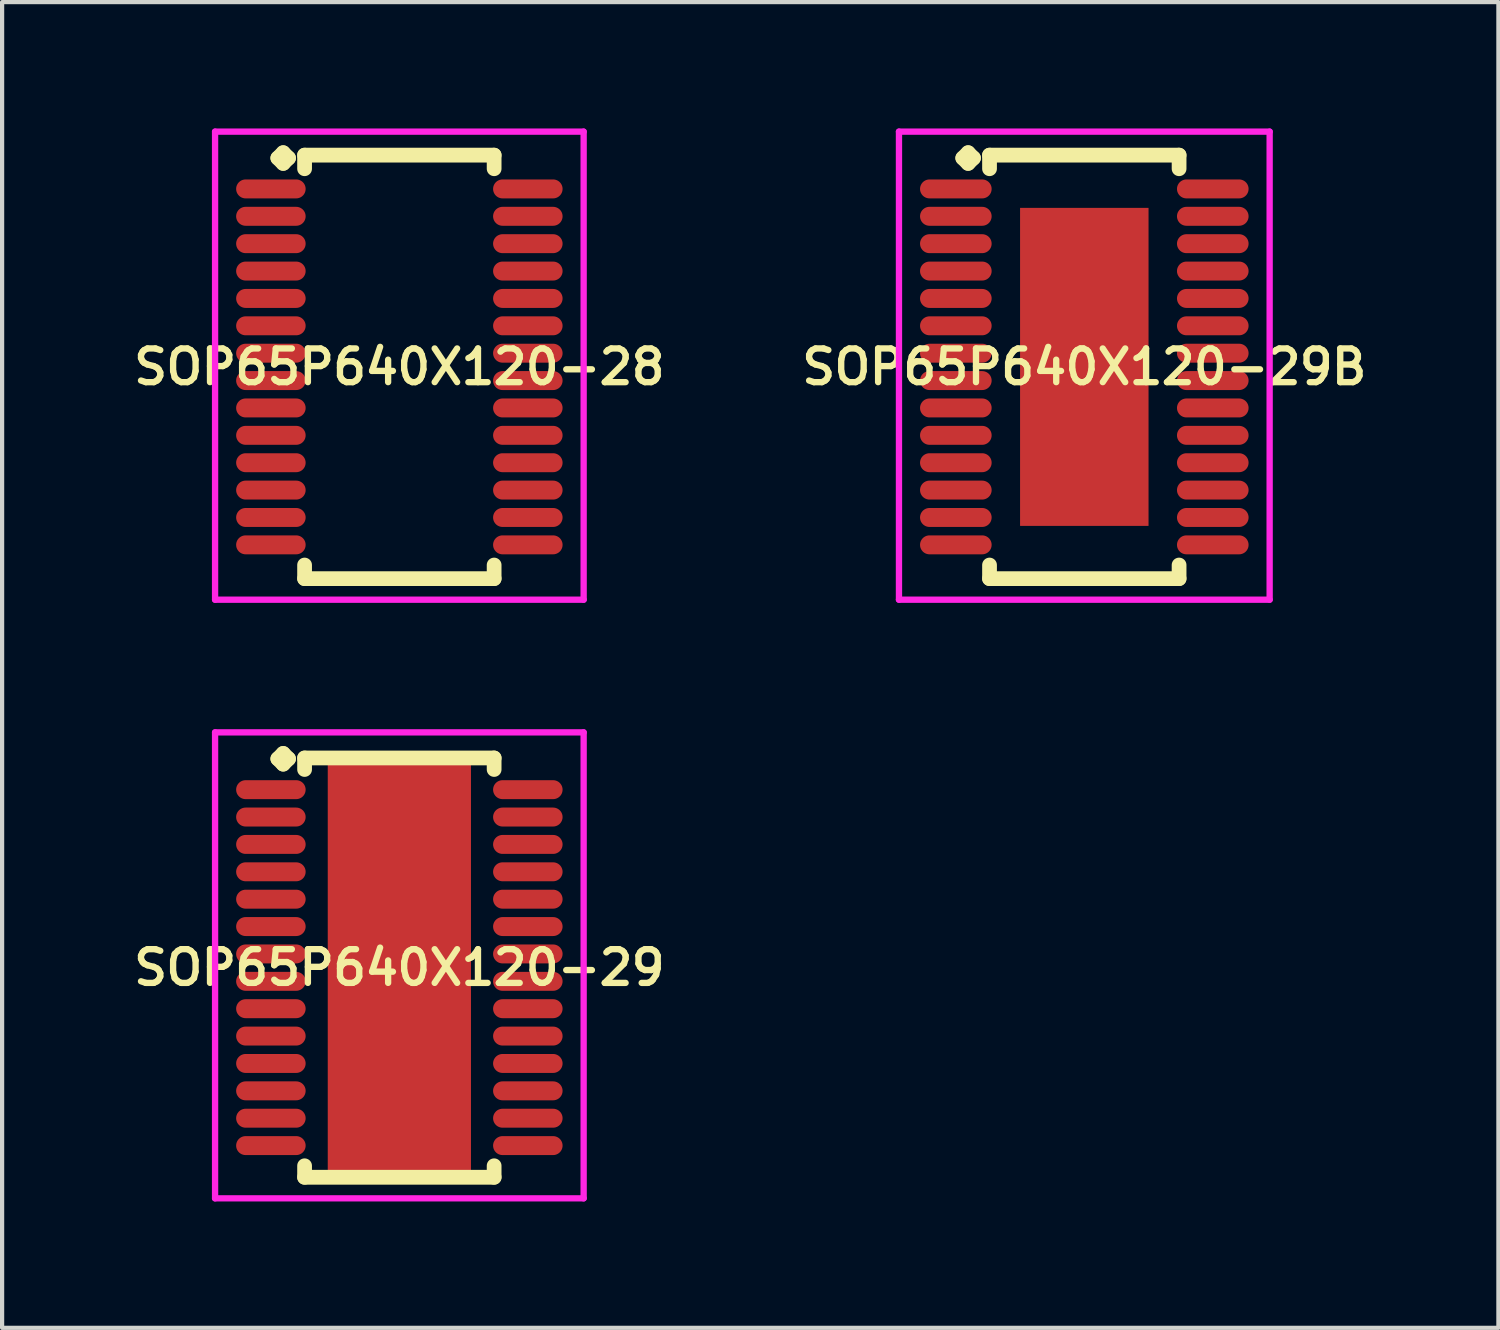
<source format=kicad_pcb>
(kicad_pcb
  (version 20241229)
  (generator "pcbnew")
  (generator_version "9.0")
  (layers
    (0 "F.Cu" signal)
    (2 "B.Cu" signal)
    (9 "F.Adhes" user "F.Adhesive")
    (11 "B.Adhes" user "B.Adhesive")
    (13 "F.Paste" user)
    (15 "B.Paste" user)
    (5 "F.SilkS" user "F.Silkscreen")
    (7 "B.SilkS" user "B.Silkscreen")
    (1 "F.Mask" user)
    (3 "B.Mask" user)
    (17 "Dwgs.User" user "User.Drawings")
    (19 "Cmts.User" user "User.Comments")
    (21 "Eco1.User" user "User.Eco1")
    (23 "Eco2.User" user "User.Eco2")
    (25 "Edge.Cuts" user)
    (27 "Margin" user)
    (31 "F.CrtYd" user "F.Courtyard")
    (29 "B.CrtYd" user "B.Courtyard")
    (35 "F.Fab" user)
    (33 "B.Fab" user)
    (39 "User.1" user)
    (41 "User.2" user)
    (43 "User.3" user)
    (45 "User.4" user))
  (footprint "SOP65P640X120-29"
    (layer "F.Cu")
    (at 6.431 19.922)
    (property "Reference" "SOP65P640X120-29" (at 0 0 0) (layer "F.SilkS") (effects (font (size 0.8 0.8) (thickness 0.15))))
    (attr smd)
    (fp_line (start -2.885 -4.958) (end -2.758 -5.085) (stroke (width 0.35) (type solid)) (layer "F.SilkS"))
    (fp_line (start -2.758 -5.085) (end -2.631 -4.958) (stroke (width 0.35) (type solid)) (layer "F.SilkS"))
    (fp_line (start -2.758 -4.831) (end -2.885 -4.958) (stroke (width 0.35) (type solid)) (layer "F.SilkS"))
    (fp_line (start -2.631 -4.958) (end -2.758 -4.831) (stroke (width 0.35) (type solid)) (layer "F.SilkS"))
    (fp_line (start -2.25 -4.977) (end 2.25 -4.977) (stroke (width 0.35) (type solid)) (layer "F.SilkS"))
    (fp_line (start -2.25 -4.704) (end -2.25 -4.977) (stroke (width 0.35) (type solid)) (layer "F.SilkS"))
    (fp_line (start -2.25 4.704) (end -2.25 4.977) (stroke (width 0.35) (type solid)) (layer "F.SilkS"))
    (fp_line (start -2.25 4.977) (end 2.25 4.977) (stroke (width 0.35) (type solid)) (layer "F.SilkS"))
    (fp_line (start 2.25 -4.977) (end 2.25 -4.704) (stroke (width 0.35) (type solid)) (layer "F.SilkS"))
    (fp_line (start 2.25 4.977) (end 2.25 4.704) (stroke (width 0.35) (type solid)) (layer "F.SilkS"))
    (fp_line (start -4.375 -5.585) (end 4.375 -5.585) (stroke (width 0.15) (type solid)) (layer "F.CrtYd"))
    (fp_line (start -4.375 5.477) (end -4.375 -5.585) (stroke (width 0.15) (type solid)) (layer "F.CrtYd"))
    (fp_line (start 4.375 -5.585) (end 4.375 5.477) (stroke (width 0.15) (type solid)) (layer "F.CrtYd"))
    (fp_line (start 4.375 5.477) (end -4.375 5.477) (stroke (width 0.15) (type solid)) (layer "F.CrtYd"))
    (pad "1" smd oval (at -3.05 -4.225) (size 1.65 0.45) (layers "F.Cu" "F.Mask" "F.Paste"))
    (pad "2" smd oval (at -3.05 -3.575) (size 1.65 0.45) (layers "F.Cu" "F.Mask" "F.Paste"))
    (pad "3" smd oval (at -3.05 -2.925) (size 1.65 0.45) (layers "F.Cu" "F.Mask" "F.Paste"))
    (pad "4" smd oval (at -3.05 -2.275) (size 1.65 0.45) (layers "F.Cu" "F.Mask" "F.Paste"))
    (pad "5" smd oval (at -3.05 -1.625) (size 1.65 0.45) (layers "F.Cu" "F.Mask" "F.Paste"))
    (pad "6" smd oval (at -3.05 -0.975) (size 1.65 0.45) (layers "F.Cu" "F.Mask" "F.Paste"))
    (pad "7" smd oval (at -3.05 -0.325) (size 1.65 0.45) (layers "F.Cu" "F.Mask" "F.Paste"))
    (pad "8" smd oval (at -3.05 0.325) (size 1.65 0.45) (layers "F.Cu" "F.Mask" "F.Paste"))
    (pad "9" smd oval (at -3.05 0.975) (size 1.65 0.45) (layers "F.Cu" "F.Mask" "F.Paste"))
    (pad "10" smd oval (at -3.05 1.625) (size 1.65 0.45) (layers "F.Cu" "F.Mask" "F.Paste"))
    (pad "11" smd oval (at -3.05 2.275) (size 1.65 0.45) (layers "F.Cu" "F.Mask" "F.Paste"))
    (pad "12" smd oval (at -3.05 2.925) (size 1.65 0.45) (layers "F.Cu" "F.Mask" "F.Paste"))
    (pad "13" smd oval (at -3.05 3.575) (size 1.65 0.45) (layers "F.Cu" "F.Mask" "F.Paste"))
    (pad "14" smd oval (at -3.05 4.225) (size 1.65 0.45) (layers "F.Cu" "F.Mask" "F.Paste"))
    (pad "15" smd oval (at 3.05 4.225) (size 1.65 0.45) (layers "F.Cu" "F.Mask" "F.Paste"))
    (pad "16" smd oval (at 3.05 3.575) (size 1.65 0.45) (layers "F.Cu" "F.Mask" "F.Paste"))
    (pad "17" smd oval (at 3.05 2.925) (size 1.65 0.45) (layers "F.Cu" "F.Mask" "F.Paste"))
    (pad "18" smd oval (at 3.05 2.275) (size 1.65 0.45) (layers "F.Cu" "F.Mask" "F.Paste"))
    (pad "19" smd oval (at 3.05 1.625) (size 1.65 0.45) (layers "F.Cu" "F.Mask" "F.Paste"))
    (pad "20" smd oval (at 3.05 0.975) (size 1.65 0.45) (layers "F.Cu" "F.Mask" "F.Paste"))
    (pad "21" smd oval (at 3.05 0.325) (size 1.65 0.45) (layers "F.Cu" "F.Mask" "F.Paste"))
    (pad "22" smd oval (at 3.05 -0.325) (size 1.65 0.45) (layers "F.Cu" "F.Mask" "F.Paste"))
    (pad "23" smd oval (at 3.05 -0.975) (size 1.65 0.45) (layers "F.Cu" "F.Mask" "F.Paste"))
    (pad "24" smd oval (at 3.05 -1.625) (size 1.65 0.45) (layers "F.Cu" "F.Mask" "F.Paste"))
    (pad "25" smd oval (at 3.05 -2.275) (size 1.65 0.45) (layers "F.Cu" "F.Mask" "F.Paste"))
    (pad "26" smd oval (at 3.05 -2.925) (size 1.65 0.45) (layers "F.Cu" "F.Mask" "F.Paste"))
    (pad "27" smd oval (at 3.05 -3.575) (size 1.65 0.45) (layers "F.Cu" "F.Mask" "F.Paste"))
    (pad "28" smd oval (at 3.05 -4.225) (size 1.65 0.45) (layers "F.Cu" "F.Mask" "F.Paste"))
    (pad "29" smd rect (at 0 0) (size 3.4 9.7) (layers "F.Cu" "F.Mask" "F.Paste")))
  (footprint "SOP65P640X120-28"
    (layer "F.Cu")
    (at 6.431 5.66)
    (property "Reference" "SOP65P640X120-28" (at 0 0 0) (layer "F.SilkS") (effects (font (size 0.8 0.8) (thickness 0.15))))
    (attr through_hole)
    (fp_line (start -2.885 -4.958) (end -2.758 -5.085) (stroke (width 0.35) (type solid)) (layer "F.SilkS"))
    (fp_line (start -2.758 -5.085) (end -2.631 -4.958) (stroke (width 0.35) (type solid)) (layer "F.SilkS"))
    (fp_line (start -2.758 -4.831) (end -2.885 -4.958) (stroke (width 0.35) (type solid)) (layer "F.SilkS"))
    (fp_line (start -2.631 -4.958) (end -2.758 -4.831) (stroke (width 0.35) (type solid)) (layer "F.SilkS"))
    (fp_line (start -2.25 -5.027) (end 2.25 -5.027) (stroke (width 0.35) (type solid)) (layer "F.SilkS"))
    (fp_line (start -2.25 -4.704) (end -2.25 -5.027) (stroke (width 0.35) (type solid)) (layer "F.SilkS"))
    (fp_line (start -2.25 4.704) (end -2.25 5.027) (stroke (width 0.35) (type solid)) (layer "F.SilkS"))
    (fp_line (start -2.25 5.027) (end 2.25 5.027) (stroke (width 0.35) (type solid)) (layer "F.SilkS"))
    (fp_line (start 2.25 -5.027) (end 2.25 -4.704) (stroke (width 0.35) (type solid)) (layer "F.SilkS"))
    (fp_line (start 2.25 5.027) (end 2.25 4.704) (stroke (width 0.35) (type solid)) (layer "F.SilkS"))
    (fp_line (start -4.375 -5.585) (end 4.375 -5.585) (stroke (width 0.15) (type solid)) (layer "F.CrtYd"))
    (fp_line (start -4.375 5.527) (end -4.375 -5.585) (stroke (width 0.15) (type solid)) (layer "F.CrtYd"))
    (fp_line (start 4.375 -5.585) (end 4.375 5.527) (stroke (width 0.15) (type solid)) (layer "F.CrtYd"))
    (fp_line (start 4.375 5.527) (end -4.375 5.527) (stroke (width 0.15) (type solid)) (layer "F.CrtYd"))
    (pad "1" smd oval (at -3.05 -4.225) (size 1.65 0.45) (layers "F.Cu" "F.Mask" "F.Paste"))
    (pad "2" smd oval (at -3.05 -3.575) (size 1.65 0.45) (layers "F.Cu" "F.Mask" "F.Paste"))
    (pad "3" smd oval (at -3.05 -2.925) (size 1.65 0.45) (layers "F.Cu" "F.Mask" "F.Paste"))
    (pad "4" smd oval (at -3.05 -2.275) (size 1.65 0.45) (layers "F.Cu" "F.Mask" "F.Paste"))
    (pad "5" smd oval (at -3.05 -1.625) (size 1.65 0.45) (layers "F.Cu" "F.Mask" "F.Paste"))
    (pad "6" smd oval (at -3.05 -0.975) (size 1.65 0.45) (layers "F.Cu" "F.Mask" "F.Paste"))
    (pad "7" smd oval (at -3.05 -0.325) (size 1.65 0.45) (layers "F.Cu" "F.Mask" "F.Paste"))
    (pad "8" smd oval (at -3.05 0.325) (size 1.65 0.45) (layers "F.Cu" "F.Mask" "F.Paste"))
    (pad "9" smd oval (at -3.05 0.975) (size 1.65 0.45) (layers "F.Cu" "F.Mask" "F.Paste"))
    (pad "10" smd oval (at -3.05 1.625) (size 1.65 0.45) (layers "F.Cu" "F.Mask" "F.Paste"))
    (pad "11" smd oval (at -3.05 2.275) (size 1.65 0.45) (layers "F.Cu" "F.Mask" "F.Paste"))
    (pad "12" smd oval (at -3.05 2.925) (size 1.65 0.45) (layers "F.Cu" "F.Mask" "F.Paste"))
    (pad "13" smd oval (at -3.05 3.575) (size 1.65 0.45) (layers "F.Cu" "F.Mask" "F.Paste"))
    (pad "14" smd oval (at -3.05 4.225) (size 1.65 0.45) (layers "F.Cu" "F.Mask" "F.Paste"))
    (pad "15" smd oval (at 3.05 4.225) (size 1.65 0.45) (layers "F.Cu" "F.Mask" "F.Paste"))
    (pad "16" smd oval (at 3.05 3.575) (size 1.65 0.45) (layers "F.Cu" "F.Mask" "F.Paste"))
    (pad "17" smd oval (at 3.05 2.925) (size 1.65 0.45) (layers "F.Cu" "F.Mask" "F.Paste"))
    (pad "18" smd oval (at 3.05 2.275) (size 1.65 0.45) (layers "F.Cu" "F.Mask" "F.Paste"))
    (pad "19" smd oval (at 3.05 1.625) (size 1.65 0.45) (layers "F.Cu" "F.Mask" "F.Paste"))
    (pad "20" smd oval (at 3.05 0.975) (size 1.65 0.45) (layers "F.Cu" "F.Mask" "F.Paste"))
    (pad "21" smd oval (at 3.05 0.325) (size 1.65 0.45) (layers "F.Cu" "F.Mask" "F.Paste"))
    (pad "22" smd oval (at 3.05 -0.325) (size 1.65 0.45) (layers "F.Cu" "F.Mask" "F.Paste"))
    (pad "23" smd oval (at 3.05 -0.975) (size 1.65 0.45) (layers "F.Cu" "F.Mask" "F.Paste"))
    (pad "24" smd oval (at 3.05 -1.625) (size 1.65 0.45) (layers "F.Cu" "F.Mask" "F.Paste"))
    (pad "25" smd oval (at 3.05 -2.275) (size 1.65 0.45) (layers "F.Cu" "F.Mask" "F.Paste"))
    (pad "26" smd oval (at 3.05 -2.925) (size 1.65 0.45) (layers "F.Cu" "F.Mask" "F.Paste"))
    (pad "27" smd oval (at 3.05 -3.575) (size 1.65 0.45) (layers "F.Cu" "F.Mask" "F.Paste"))
    (pad "28" smd oval (at 3.05 -4.225) (size 1.65 0.45) (layers "F.Cu" "F.Mask" "F.Paste")))
  (footprint "SOP65P640X120-29B"
    (layer "F.Cu")
    (at 22.692 5.66)
    (property "Reference" "SOP65P640X120-29B" (at 0 0 0) (layer "F.SilkS") (effects (font (size 0.8 0.8) (thickness 0.15))))
    (attr smd)
    (fp_line (start -2.885 -4.958) (end -2.758 -5.085) (stroke (width 0.35) (type solid)) (layer "F.SilkS"))
    (fp_line (start -2.758 -5.085) (end -2.631 -4.958) (stroke (width 0.35) (type solid)) (layer "F.SilkS"))
    (fp_line (start -2.758 -4.831) (end -2.885 -4.958) (stroke (width 0.35) (type solid)) (layer "F.SilkS"))
    (fp_line (start -2.631 -4.958) (end -2.758 -4.831) (stroke (width 0.35) (type solid)) (layer "F.SilkS"))
    (fp_line (start -2.25 -5.027) (end 2.25 -5.027) (stroke (width 0.35) (type solid)) (layer "F.SilkS"))
    (fp_line (start -2.25 -4.704) (end -2.25 -5.027) (stroke (width 0.35) (type solid)) (layer "F.SilkS"))
    (fp_line (start -2.25 4.704) (end -2.25 5.027) (stroke (width 0.35) (type solid)) (layer "F.SilkS"))
    (fp_line (start -2.25 5.027) (end 2.25 5.027) (stroke (width 0.35) (type solid)) (layer "F.SilkS"))
    (fp_line (start 2.25 -5.027) (end 2.25 -4.704) (stroke (width 0.35) (type solid)) (layer "F.SilkS"))
    (fp_line (start 2.25 5.027) (end 2.25 4.704) (stroke (width 0.35) (type solid)) (layer "F.SilkS"))
    (fp_line (start -4.4 -5.585) (end 4.4 -5.585) (stroke (width 0.15) (type solid)) (layer "F.CrtYd"))
    (fp_line (start -4.4 5.527) (end -4.4 -5.585) (stroke (width 0.15) (type solid)) (layer "F.CrtYd"))
    (fp_line (start 4.4 -5.585) (end 4.4 5.527) (stroke (width 0.15) (type solid)) (layer "F.CrtYd"))
    (fp_line (start 4.4 5.527) (end -4.4 5.527) (stroke (width 0.15) (type solid)) (layer "F.CrtYd"))
    (pad "1" smd oval (at -3.05 -4.225) (size 1.7 0.45) (layers "F.Cu" "F.Mask" "F.Paste"))
    (pad "2" smd oval (at -3.05 -3.575) (size 1.7 0.45) (layers "F.Cu" "F.Mask" "F.Paste"))
    (pad "3" smd oval (at -3.05 -2.925) (size 1.7 0.45) (layers "F.Cu" "F.Mask" "F.Paste"))
    (pad "4" smd oval (at -3.05 -2.275) (size 1.7 0.45) (layers "F.Cu" "F.Mask" "F.Paste"))
    (pad "5" smd oval (at -3.05 -1.625) (size 1.7 0.45) (layers "F.Cu" "F.Mask" "F.Paste"))
    (pad "6" smd oval (at -3.05 -0.975) (size 1.7 0.45) (layers "F.Cu" "F.Mask" "F.Paste"))
    (pad "7" smd oval (at -3.05 -0.325) (size 1.7 0.45) (layers "F.Cu" "F.Mask" "F.Paste"))
    (pad "8" smd oval (at -3.05 0.325) (size 1.7 0.45) (layers "F.Cu" "F.Mask" "F.Paste"))
    (pad "9" smd oval (at -3.05 0.975) (size 1.7 0.45) (layers "F.Cu" "F.Mask" "F.Paste"))
    (pad "10" smd oval (at -3.05 1.625) (size 1.7 0.45) (layers "F.Cu" "F.Mask" "F.Paste"))
    (pad "11" smd oval (at -3.05 2.275) (size 1.7 0.45) (layers "F.Cu" "F.Mask" "F.Paste"))
    (pad "12" smd oval (at -3.05 2.925) (size 1.7 0.45) (layers "F.Cu" "F.Mask" "F.Paste"))
    (pad "13" smd oval (at -3.05 3.575) (size 1.7 0.45) (layers "F.Cu" "F.Mask" "F.Paste"))
    (pad "14" smd oval (at -3.05 4.225) (size 1.7 0.45) (layers "F.Cu" "F.Mask" "F.Paste"))
    (pad "15" smd oval (at 3.05 4.225) (size 1.7 0.45) (layers "F.Cu" "F.Mask" "F.Paste"))
    (pad "16" smd oval (at 3.05 3.575) (size 1.7 0.45) (layers "F.Cu" "F.Mask" "F.Paste"))
    (pad "17" smd oval (at 3.05 2.925) (size 1.7 0.45) (layers "F.Cu" "F.Mask" "F.Paste"))
    (pad "18" smd oval (at 3.05 2.275) (size 1.7 0.45) (layers "F.Cu" "F.Mask" "F.Paste"))
    (pad "19" smd oval (at 3.05 1.625) (size 1.7 0.45) (layers "F.Cu" "F.Mask" "F.Paste"))
    (pad "20" smd oval (at 3.05 0.975) (size 1.7 0.45) (layers "F.Cu" "F.Mask" "F.Paste"))
    (pad "21" smd oval (at 3.05 0.325) (size 1.7 0.45) (layers "F.Cu" "F.Mask" "F.Paste"))
    (pad "22" smd oval (at 3.05 -0.325) (size 1.7 0.45) (layers "F.Cu" "F.Mask" "F.Paste"))
    (pad "23" smd oval (at 3.05 -0.975) (size 1.7 0.45) (layers "F.Cu" "F.Mask" "F.Paste"))
    (pad "24" smd oval (at 3.05 -1.625) (size 1.7 0.45) (layers "F.Cu" "F.Mask" "F.Paste"))
    (pad "25" smd oval (at 3.05 -2.275) (size 1.7 0.45) (layers "F.Cu" "F.Mask" "F.Paste"))
    (pad "26" smd oval (at 3.05 -2.925) (size 1.7 0.45) (layers "F.Cu" "F.Mask" "F.Paste"))
    (pad "27" smd oval (at 3.05 -3.575) (size 1.7 0.45) (layers "F.Cu" "F.Mask" "F.Paste"))
    (pad "28" smd oval (at 3.05 -4.225) (size 1.7 0.45) (layers "F.Cu" "F.Mask" "F.Paste"))
    (pad "29" smd rect (at 0 0) (size 3.05 7.55) (layers "F.Cu" "F.Mask" "F.Paste")))
  (gr_rect
    (start -3 -3)
    (end 32.523 28.474)
    (stroke (width 0.1) (type default))
    (fill no)
    (layer "Edge.Cuts")))
</source>
